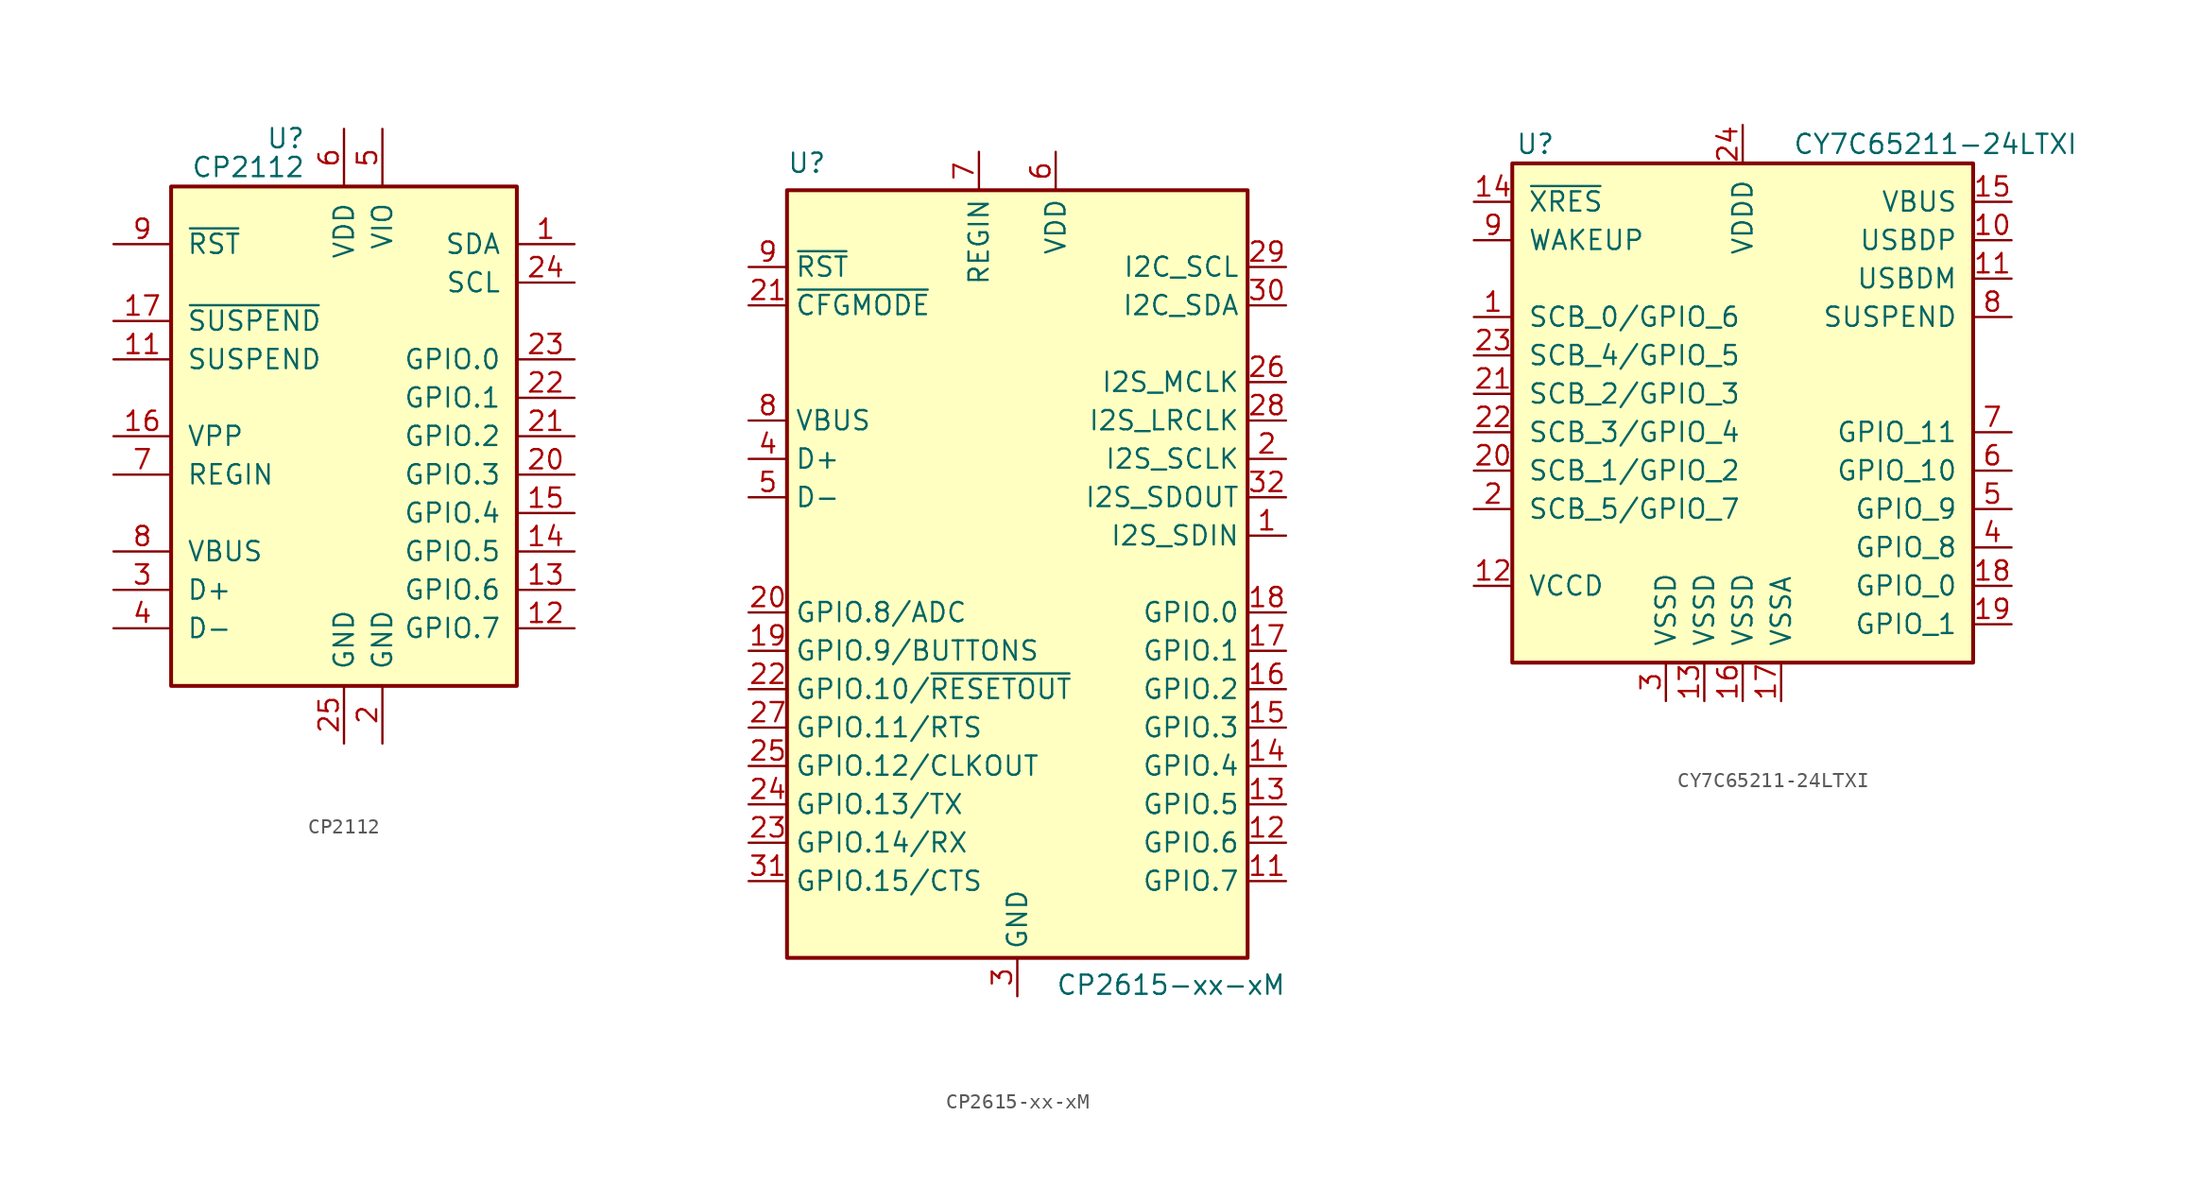
<source format=kicad_sym>
(kicad_symbol_lib
  (version 20220914)
  (generator kicad_symbol_editor)
  (symbol "CP2112"
    (pin_names
      (offset 1.016))
    (property "Reference" "U"
      (at -2.54 19.685 0)
      (effects (font (size 1.27 1.27)) (justify right)))
    (property "Value" "CP2112"
      (at -2.54 17.78 0)
      (effects (font (size 1.27 1.27)) (justify right)))
    (symbol "CP2112_0_1"
      (rectangle (start -11.43 16.51) (end 11.43 -16.51) (stroke (width 0.254) (type default)) (fill (type background))))
    (symbol "CP2112_1_1"
      (pin bidirectional line (at 15.24 12.7 180) (length 3.81) (name "SDA" (effects (font (size 1.27 1.27)))) (number "1" (effects (font (size 1.27 1.27)))))
      (pin no_connect line (at 10.16 -16.51 90) (length 3.81) hide (name "NC" (effects (font (size 1.27 1.27)))) (number "10" (effects (font (size 1.27 1.27)))))
      (pin output line (at -15.24 5.08 0) (length 3.81) (name "SUSPEND" (effects (font (size 1.27 1.27)))) (number "11" (effects (font (size 1.27 1.27)))))
      (pin bidirectional line (at 15.24 -12.7 180) (length 3.81) (name "GPIO.7" (effects (font (size 1.27 1.27)))) (number "12" (effects (font (size 1.27 1.27)))))
      (pin bidirectional line (at 15.24 -10.16 180) (length 3.81) (name "GPIO.6" (effects (font (size 1.27 1.27)))) (number "13" (effects (font (size 1.27 1.27)))))
      (pin bidirectional line (at 15.24 -7.62 180) (length 3.81) (name "GPIO.5" (effects (font (size 1.27 1.27)))) (number "14" (effects (font (size 1.27 1.27)))))
      (pin bidirectional line (at 15.24 -5.08 180) (length 3.81) (name "GPIO.4" (effects (font (size 1.27 1.27)))) (number "15" (effects (font (size 1.27 1.27)))))
      (pin power_in line (at -15.24 0 0) (length 3.81) (name "VPP" (effects (font (size 1.27 1.27)))) (number "16" (effects (font (size 1.27 1.27)))))
      (pin output line (at -15.24 7.62 0) (length 3.81) (name "~{SUSPEND}" (effects (font (size 1.27 1.27)))) (number "17" (effects (font (size 1.27 1.27)))))
      (pin no_connect line (at 5.08 -16.51 90) (length 3.81) hide (name "NC" (effects (font (size 1.27 1.27)))) (number "18" (effects (font (size 1.27 1.27)))))
      (pin no_connect line (at 7.62 -16.51 90) (length 3.81) hide (name "NC" (effects (font (size 1.27 1.27)))) (number "19" (effects (font (size 1.27 1.27)))))
      (pin power_in line (at 2.54 -20.32 90) (length 3.81) (name "GND" (effects (font (size 1.27 1.27)))) (number "2" (effects (font (size 1.27 1.27)))))
      (pin bidirectional line (at 15.24 -2.54 180) (length 3.81) (name "GPIO.3" (effects (font (size 1.27 1.27)))) (number "20" (effects (font (size 1.27 1.27)))))
      (pin bidirectional line (at 15.24 0 180) (length 3.81) (name "GPIO.2" (effects (font (size 1.27 1.27)))) (number "21" (effects (font (size 1.27 1.27)))))
      (pin bidirectional line (at 15.24 2.54 180) (length 3.81) (name "GPIO.1" (effects (font (size 1.27 1.27)))) (number "22" (effects (font (size 1.27 1.27)))))
      (pin bidirectional line (at 15.24 5.08 180) (length 3.81) (name "GPIO.0" (effects (font (size 1.27 1.27)))) (number "23" (effects (font (size 1.27 1.27)))))
      (pin output line (at 15.24 10.16 180) (length 3.81) (name "SCL" (effects (font (size 1.27 1.27)))) (number "24" (effects (font (size 1.27 1.27)))))
      (pin power_in line (at 0 -20.32 90) (length 3.81) (name "GND" (effects (font (size 1.27 1.27)))) (number "25" (effects (font (size 1.27 1.27)))))
      (pin bidirectional line (at -15.24 -10.16 0) (length 3.81) (name "D+" (effects (font (size 1.27 1.27)))) (number "3" (effects (font (size 1.27 1.27)))))
      (pin bidirectional line (at -15.24 -12.7 0) (length 3.81) (name "D-" (effects (font (size 1.27 1.27)))) (number "4" (effects (font (size 1.27 1.27)))))
      (pin power_in line (at 2.54 20.32 270) (length 3.81) (name "VIO" (effects (font (size 1.27 1.27)))) (number "5" (effects (font (size 1.27 1.27)))))
      (pin power_in line (at 0 20.32 270) (length 3.81) (name "VDD" (effects (font (size 1.27 1.27)))) (number "6" (effects (font (size 1.27 1.27)))))
      (pin power_in line (at -15.24 -2.54 0) (length 3.81) (name "REGIN" (effects (font (size 1.27 1.27)))) (number "7" (effects (font (size 1.27 1.27)))))
      (pin input line (at -15.24 -7.62 0) (length 3.81) (name "VBUS" (effects (font (size 1.27 1.27)))) (number "8" (effects (font (size 1.27 1.27)))))
      (pin input line (at -15.24 12.7 0) (length 3.81) (name "~{RST}" (effects (font (size 1.27 1.27)))) (number "9" (effects (font (size 1.27 1.27)))))))
  (symbol "CP2615-xx-xM"
    (property "Reference" "U"
      (at -15.24 27.94 0)
      (effects (font (size 1.27 1.27)) (justify left top)))
    (property "Value" "CP2615-xx-xM"
      (at 2.54 -27.94 0)
      (effects (font (size 1.27 1.27)) (justify left bottom)))
    (symbol "CP2615-xx-xM_0_0"
      (pin input line (at 17.78 2.54 180) (length 2.54) (name "I2S_SDIN" (effects (font (size 1.27 1.27)))) (number "1" (effects (font (size 1.27 1.27)))))
      (pin no_connect line (at -15.24 15.24 0) (length 2.54) hide (name "NC" (effects (font (size 1.27 1.27)))) (number "10" (effects (font (size 1.27 1.27)))))
      (pin bidirectional line (at 17.78 -20.32 180) (length 2.54) (name "GPIO.7" (effects (font (size 1.27 1.27)))) (number "11" (effects (font (size 1.27 1.27)))))
      (pin bidirectional line (at 17.78 -17.78 180) (length 2.54) (name "GPIO.6" (effects (font (size 1.27 1.27)))) (number "12" (effects (font (size 1.27 1.27)))))
      (pin output line (at 17.78 7.62 180) (length 2.54) (name "I2S_SCLK" (effects (font (size 1.27 1.27)))) (number "2" (effects (font (size 1.27 1.27)))))
      (pin input line (at -17.78 17.78 0) (length 2.54) (name "~{CFGMODE}" (effects (font (size 1.27 1.27)))) (number "21" (effects (font (size 1.27 1.27)))))
      (pin bidirectional line (at -17.78 -7.62 0) (length 2.54) (name "GPIO.10/~{RESETOUT}" (effects (font (size 1.27 1.27)))) (number "22" (effects (font (size 1.27 1.27)))))
      (pin bidirectional line (at -17.78 -17.78 0) (length 2.54) (name "GPIO.14/RX" (effects (font (size 1.27 1.27)))) (number "23" (effects (font (size 1.27 1.27)))))
      (pin bidirectional line (at -17.78 -15.24 0) (length 2.54) (name "GPIO.13/TX" (effects (font (size 1.27 1.27)))) (number "24" (effects (font (size 1.27 1.27)))))
      (pin bidirectional line (at -17.78 -12.7 0) (length 2.54) (name "GPIO.12/CLKOUT" (effects (font (size 1.27 1.27)))) (number "25" (effects (font (size 1.27 1.27)))))
      (pin output line (at 17.78 12.7 180) (length 2.54) (name "I2S_MCLK" (effects (font (size 1.27 1.27)))) (number "26" (effects (font (size 1.27 1.27)))))
      (pin bidirectional line (at -17.78 -10.16 0) (length 2.54) (name "GPIO.11/RTS" (effects (font (size 1.27 1.27)))) (number "27" (effects (font (size 1.27 1.27)))))
      (pin output line (at 17.78 10.16 180) (length 2.54) (name "I2S_LRCLK" (effects (font (size 1.27 1.27)))) (number "28" (effects (font (size 1.27 1.27)))))
      (pin bidirectional line (at 17.78 20.32 180) (length 2.54) (name "I2C_SCL" (effects (font (size 1.27 1.27)))) (number "29" (effects (font (size 1.27 1.27)))))
      (pin power_in line (at 0 -27.94 90) (length 2.54) (name "GND" (effects (font (size 1.27 1.27)))) (number "3" (effects (font (size 1.27 1.27)))))
      (pin bidirectional line (at 17.78 17.78 180) (length 2.54) (name "I2C_SDA" (effects (font (size 1.27 1.27)))) (number "30" (effects (font (size 1.27 1.27)))))
      (pin bidirectional line (at -17.78 -20.32 0) (length 2.54) (name "GPIO.15/CTS" (effects (font (size 1.27 1.27)))) (number "31" (effects (font (size 1.27 1.27)))))
      (pin output line (at 17.78 5.08 180) (length 2.54) (name "I2S_SDOUT" (effects (font (size 1.27 1.27)))) (number "32" (effects (font (size 1.27 1.27)))))
      (pin bidirectional line (at -17.78 7.62 0) (length 2.54) (name "D+" (effects (font (size 1.27 1.27)))) (number "4" (effects (font (size 1.27 1.27)))))
      (pin bidirectional line (at -17.78 5.08 0) (length 2.54) (name "D-" (effects (font (size 1.27 1.27)))) (number "5" (effects (font (size 1.27 1.27)))))
      (pin power_in line (at 2.54 27.94 270) (length 2.54) (name "VDD" (effects (font (size 1.27 1.27)))) (number "6" (effects (font (size 1.27 1.27)))))
      (pin power_in line (at -2.54 27.94 270) (length 2.54) (name "REGIN" (effects (font (size 1.27 1.27)))) (number "7" (effects (font (size 1.27 1.27)))))
      (pin input line (at -17.78 10.16 0) (length 2.54) (name "VBUS" (effects (font (size 1.27 1.27)))) (number "8" (effects (font (size 1.27 1.27)))))
      (pin bidirectional line (at -17.78 20.32 0) (length 2.54) (name "~{RST}" (effects (font (size 1.27 1.27)))) (number "9" (effects (font (size 1.27 1.27))))))
    (symbol "CP2615-xx-xM_0_1"
      (rectangle (start -15.24 -25.4) (end 15.24 25.4) (stroke (width 0.254) (type default)) (fill (type background))))
    (symbol "CP2615-xx-xM_1_1"
      (pin bidirectional line (at 17.78 -15.24 180) (length 2.54) (name "GPIO.5" (effects (font (size 1.27 1.27)))) (number "13" (effects (font (size 1.27 1.27)))))
      (pin bidirectional line (at 17.78 -12.7 180) (length 2.54) (name "GPIO.4" (effects (font (size 1.27 1.27)))) (number "14" (effects (font (size 1.27 1.27)))))
      (pin bidirectional line (at 17.78 -10.16 180) (length 2.54) (name "GPIO.3" (effects (font (size 1.27 1.27)))) (number "15" (effects (font (size 1.27 1.27)))))
      (pin bidirectional line (at 17.78 -7.62 180) (length 2.54) (name "GPIO.2" (effects (font (size 1.27 1.27)))) (number "16" (effects (font (size 1.27 1.27)))))
      (pin bidirectional line (at 17.78 -5.08 180) (length 2.54) (name "GPIO.1" (effects (font (size 1.27 1.27)))) (number "17" (effects (font (size 1.27 1.27)))))
      (pin bidirectional line (at 17.78 -2.54 180) (length 2.54) (name "GPIO.0" (effects (font (size 1.27 1.27)))) (number "18" (effects (font (size 1.27 1.27)))))
      (pin bidirectional line (at -17.78 -5.08 0) (length 2.54) (name "GPIO.9/BUTTONS" (effects (font (size 1.27 1.27)))) (number "19" (effects (font (size 1.27 1.27)))))
      (pin bidirectional line (at -17.78 -2.54 0) (length 2.54) (name "GPIO.8/ADC" (effects (font (size 1.27 1.27)))) (number "20" (effects (font (size 1.27 1.27)))))
      (pin passive line (at 0 -27.94 90) (length 2.54) hide (name "GND" (effects (font (size 1.27 1.27)))) (number "33" (effects (font (size 1.27 1.27)))))))
  (symbol "CY7C65211-24LTXI"
    (pin_names
      (offset 1.016))
    (property "Reference" "U"
      (at -13.716 16.51 0)
      (effects (font (size 1.27 1.27))))
    (property "Value" "CY7C65211-24LTXI"
      (at 3.302 16.51 0)
      (effects (font (size 1.27 1.27)) (justify left)))
    (symbol "CY7C65211-24LTXI_0_1"
      (rectangle (start -15.24 15.24) (end 15.24 -17.78) (stroke (width 0.254) (type default)) (fill (type background))))
    (symbol "CY7C65211-24LTXI_1_1"
      (pin bidirectional line (at -17.78 5.08 0) (length 2.54) (name "SCB_0/GPIO_6" (effects (font (size 1.27 1.27)))) (number "1" (effects (font (size 1.27 1.27)))))
      (pin bidirectional line (at 17.78 10.16 180) (length 2.54) (name "USBDP" (effects (font (size 1.27 1.27)))) (number "10" (effects (font (size 1.27 1.27)))))
      (pin bidirectional line (at 17.78 7.62 180) (length 2.54) (name "USBDM" (effects (font (size 1.27 1.27)))) (number "11" (effects (font (size 1.27 1.27)))))
      (pin power_in line (at -17.78 -12.7 0) (length 2.54) (name "VCCD" (effects (font (size 1.27 1.27)))) (number "12" (effects (font (size 1.27 1.27)))))
      (pin power_in line (at -2.54 -20.32 90) (length 2.54) (name "VSSD" (effects (font (size 1.27 1.27)))) (number "13" (effects (font (size 1.27 1.27)))))
      (pin input line (at -17.78 12.7 0) (length 2.54) (name "~{XRES}" (effects (font (size 1.27 1.27)))) (number "14" (effects (font (size 1.27 1.27)))))
      (pin power_out line (at 17.78 12.7 180) (length 2.54) (name "VBUS" (effects (font (size 1.27 1.27)))) (number "15" (effects (font (size 1.27 1.27)))))
      (pin power_in line (at 0 -20.32 90) (length 2.54) (name "VSSD" (effects (font (size 1.27 1.27)))) (number "16" (effects (font (size 1.27 1.27)))))
      (pin power_in line (at 2.54 -20.32 90) (length 2.54) (name "VSSA" (effects (font (size 1.27 1.27)))) (number "17" (effects (font (size 1.27 1.27)))))
      (pin tri_state line (at 17.78 -12.7 180) (length 2.54) (name "GPIO_0" (effects (font (size 1.27 1.27)))) (number "18" (effects (font (size 1.27 1.27)))))
      (pin tri_state line (at 17.78 -15.24 180) (length 2.54) (name "GPIO_1" (effects (font (size 1.27 1.27)))) (number "19" (effects (font (size 1.27 1.27)))))
      (pin bidirectional line (at -17.78 -7.62 0) (length 2.54) (name "SCB_5/GPIO_7" (effects (font (size 1.27 1.27)))) (number "2" (effects (font (size 1.27 1.27)))))
      (pin bidirectional line (at -17.78 -5.08 0) (length 2.54) (name "SCB_1/GPIO_2" (effects (font (size 1.27 1.27)))) (number "20" (effects (font (size 1.27 1.27)))))
      (pin bidirectional line (at -17.78 0 0) (length 2.54) (name "SCB_2/GPIO_3" (effects (font (size 1.27 1.27)))) (number "21" (effects (font (size 1.27 1.27)))))
      (pin bidirectional line (at -17.78 -2.54 0) (length 2.54) (name "SCB_3/GPIO_4" (effects (font (size 1.27 1.27)))) (number "22" (effects (font (size 1.27 1.27)))))
      (pin bidirectional line (at -17.78 2.54 0) (length 2.54) (name "SCB_4/GPIO_5" (effects (font (size 1.27 1.27)))) (number "23" (effects (font (size 1.27 1.27)))))
      (pin power_in line (at 0 17.78 270) (length 2.54) (name "VDDD" (effects (font (size 1.27 1.27)))) (number "24" (effects (font (size 1.27 1.27)))))
      (pin no_connect line (at -15.24 -15.24 0) (length 2.54) hide (name "1EP" (effects (font (size 1.27 1.27)))) (number "25" (effects (font (size 1.27 1.27)))))
      (pin power_in line (at -5.08 -20.32 90) (length 2.54) (name "VSSD" (effects (font (size 1.27 1.27)))) (number "3" (effects (font (size 1.27 1.27)))))
      (pin tri_state line (at 17.78 -10.16 180) (length 2.54) (name "GPIO_8" (effects (font (size 1.27 1.27)))) (number "4" (effects (font (size 1.27 1.27)))))
      (pin tri_state line (at 17.78 -7.62 180) (length 2.54) (name "GPIO_9" (effects (font (size 1.27 1.27)))) (number "5" (effects (font (size 1.27 1.27)))))
      (pin tri_state line (at 17.78 -5.08 180) (length 2.54) (name "GPIO_10" (effects (font (size 1.27 1.27)))) (number "6" (effects (font (size 1.27 1.27)))))
      (pin tri_state line (at 17.78 -2.54 180) (length 2.54) (name "GPIO_11" (effects (font (size 1.27 1.27)))) (number "7" (effects (font (size 1.27 1.27)))))
      (pin output line (at 17.78 5.08 180) (length 2.54) (name "SUSPEND" (effects (font (size 1.27 1.27)))) (number "8" (effects (font (size 1.27 1.27)))))
      (pin input line (at -17.78 10.16 0) (length 2.54) (name "WAKEUP" (effects (font (size 1.27 1.27)))) (number "9" (effects (font (size 1.27 1.27))))))))
</source>
